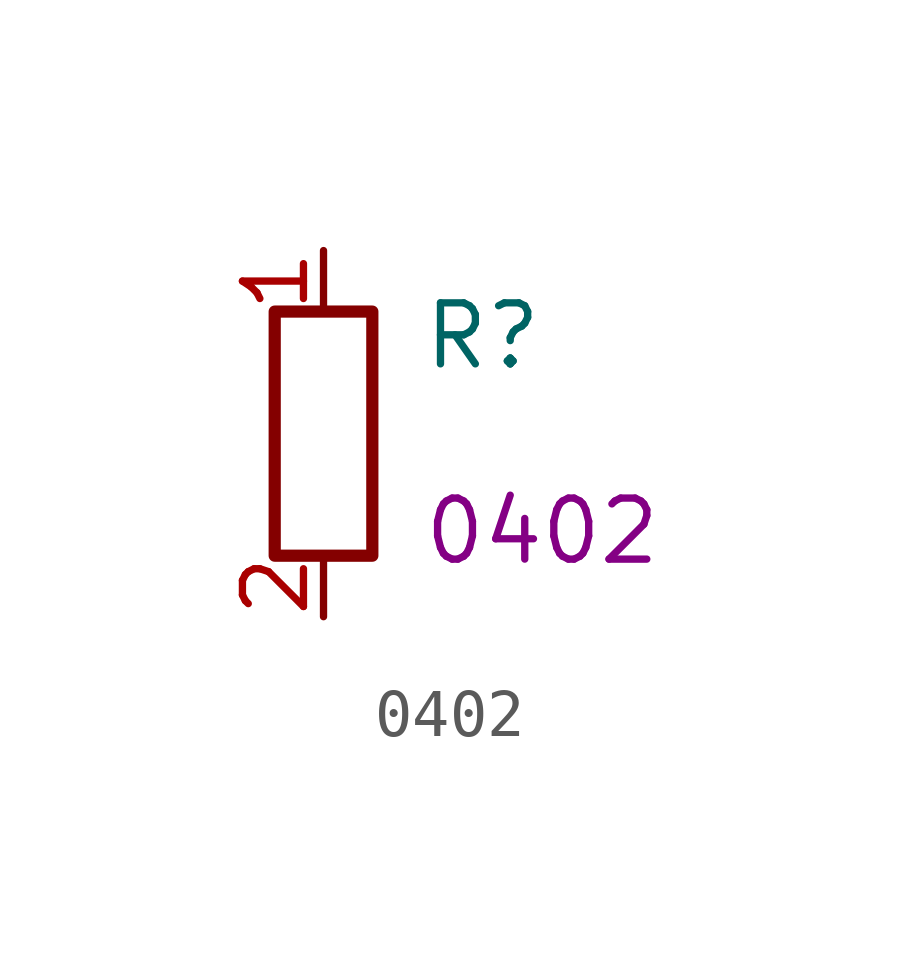
<source format=kicad_sym>
(kicad_symbol_lib
  (version 20241209)
  (generator "kicad_symbol_editor")
  (generator_version "9.0")
  (symbol "0402"
    (property "Reference" "R"
      (at 2.032 2.032 0)
      (effects (font (size 1.27 1.27)) (justify left)))
    (property "Value" ""
      (at 2.032 0 0)
      (effects (font (size 1.27 1.27)) (justify left)))
    (property "FOOTPRINT_SHORT" "0402"
      (at 2.032 -2.032 0)
      (effects (font (size 1.27 1.27)) (justify left)))
    (symbol "0402_0_1"
      (rectangle (start -1.016 2.54) (end 1.016 -2.54) (stroke (width 0.254) (type default)) (fill (type none))))
    (symbol "0402_1_1"
      (pin passive line (at 0 3.81 270) (length 1.27) (name "~" (effects (font (size 1.27 1.27)))) (number "1" (effects (font (size 1.27 1.27)))))
      (pin passive line (at 0 -3.81 90) (length 1.27) (name "~" (effects (font (size 1.27 1.27)))) (number "2" (effects (font (size 1.27 1.27))))))))
</source>
